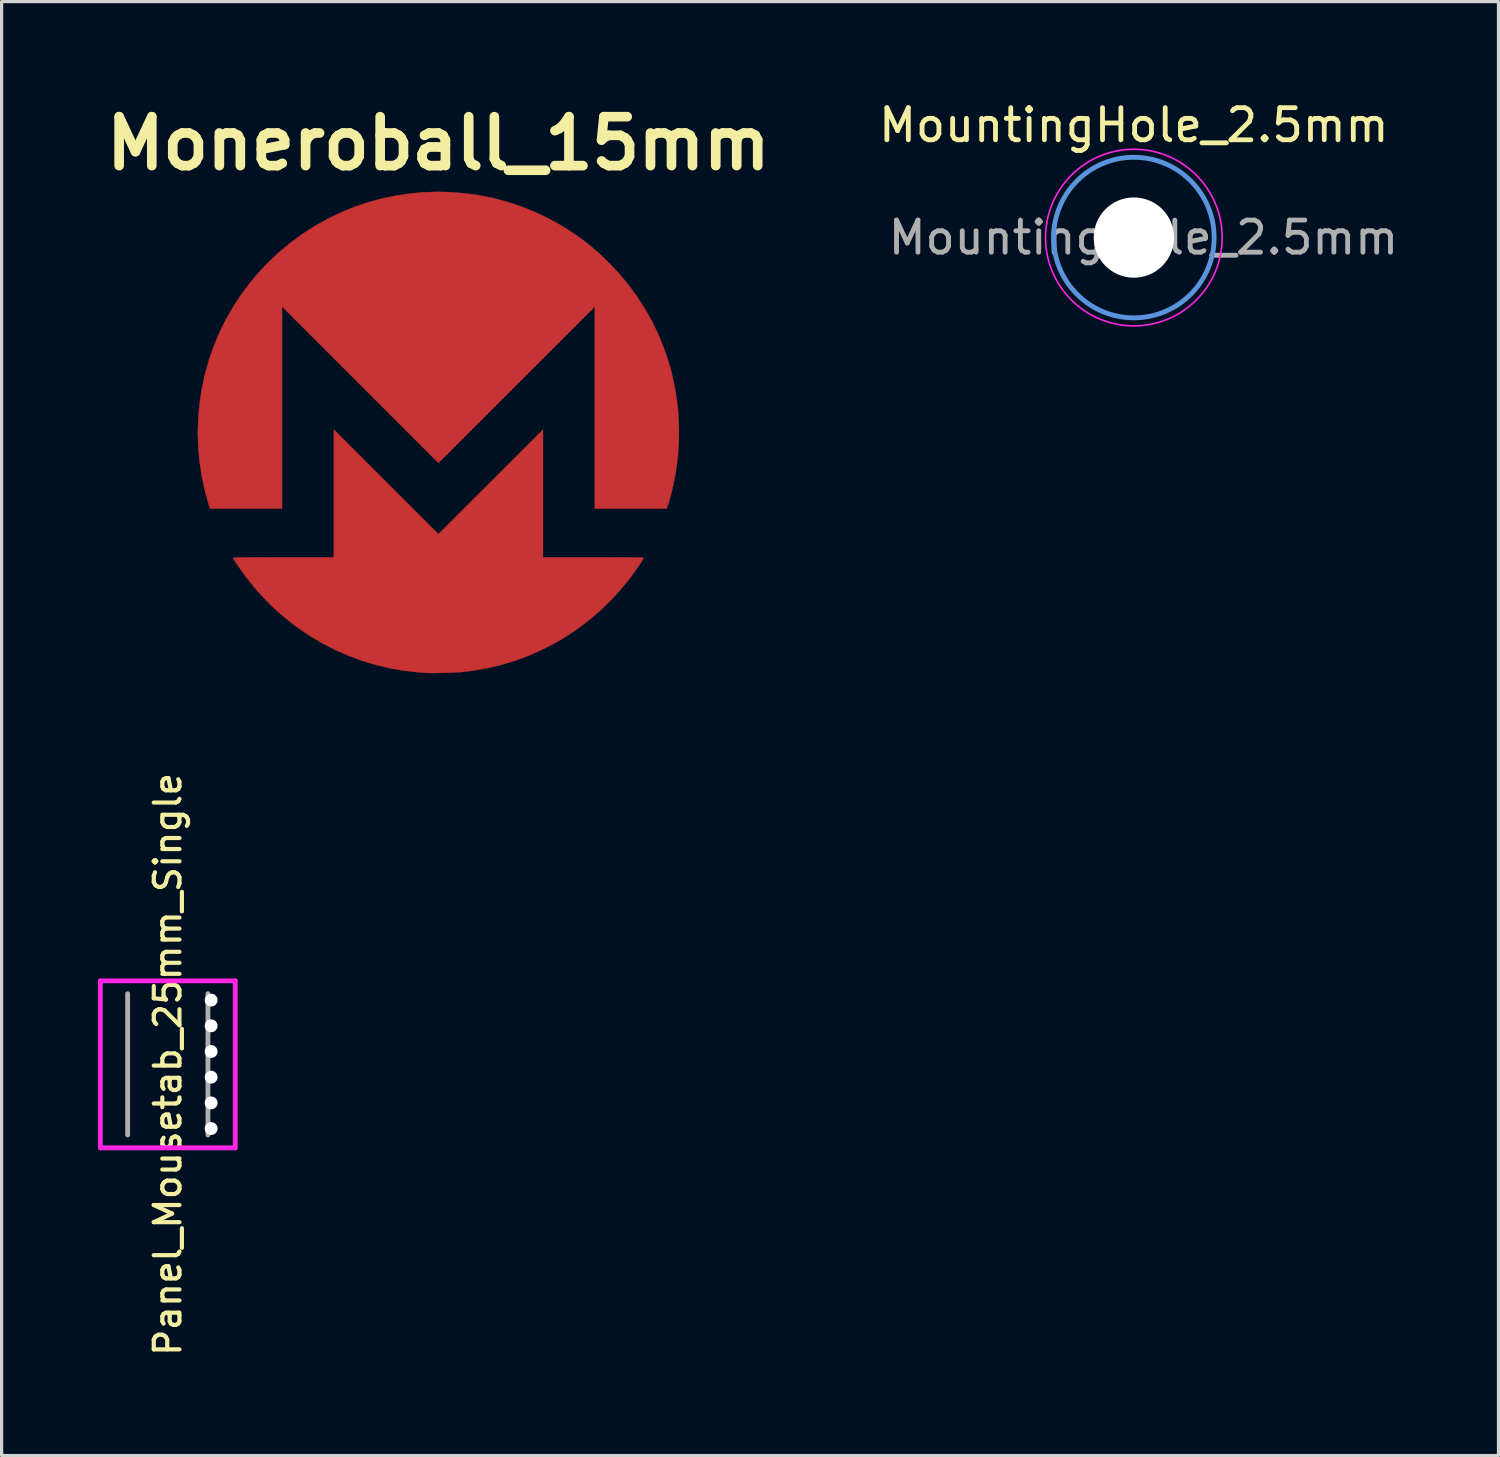
<source format=kicad_pcb>
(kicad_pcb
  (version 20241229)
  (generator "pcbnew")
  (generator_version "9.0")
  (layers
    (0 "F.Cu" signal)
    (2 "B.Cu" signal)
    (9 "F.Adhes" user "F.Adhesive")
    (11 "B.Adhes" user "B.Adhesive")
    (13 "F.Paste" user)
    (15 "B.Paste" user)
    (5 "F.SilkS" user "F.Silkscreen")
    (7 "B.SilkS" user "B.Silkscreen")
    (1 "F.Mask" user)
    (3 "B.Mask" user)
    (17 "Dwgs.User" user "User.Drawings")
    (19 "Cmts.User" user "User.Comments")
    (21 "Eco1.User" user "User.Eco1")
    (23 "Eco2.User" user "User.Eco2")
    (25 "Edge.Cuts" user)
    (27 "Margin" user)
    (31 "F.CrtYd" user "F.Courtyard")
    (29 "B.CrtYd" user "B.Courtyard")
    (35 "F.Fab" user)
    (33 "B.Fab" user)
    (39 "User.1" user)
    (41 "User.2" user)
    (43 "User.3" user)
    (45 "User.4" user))
  (footprint "Moneroball_15mm"
    (layer "F.Cu")
    (at 10.603 10.418)
    (property "Reference" "Moneroball_15mm" (at 0 -9 0) (layer "F.SilkS") (effects (font (size 1.524 1.524) (thickness 0.3))))
    (attr exclude_from_pos_files exclude_from_bom)
    (fp_poly (pts (xy 0.399 -7.483) (xy 0.838 -7.447) (xy 1.274 -7.385) (xy 1.707 -7.298) (xy 2.135 -7.185) (xy 2.557 -7.046) (xy 2.972 -6.881) (xy 3.378 -6.691) (xy 3.774 -6.475) (xy 3.845 -6.433) (xy 4.167 -6.229) (xy 4.47 -6.017) (xy 4.758 -5.791) (xy 5.038 -5.546) (xy 5.312 -5.284) (xy 5.626 -4.949) (xy 5.918 -4.598) (xy 6.187 -4.232) (xy 6.432 -3.851) (xy 6.653 -3.457) (xy 6.85 -3.05) (xy 7.021 -2.631) (xy 7.167 -2.2) (xy 7.247 -1.919) (xy 7.347 -1.484) (xy 7.421 -1.041) (xy 7.469 -0.593) (xy 7.49 -0.143) (xy 7.485 0.308) (xy 7.454 0.757) (xy 7.396 1.203) (xy 7.313 1.643) (xy 7.203 2.076) (xy 7.157 2.228) (xy 7.113 2.372) (xy 4.87 2.372) (xy 4.87 -3.922) (xy 2.435 -1.488) (xy 0 0.947) (xy -2.435 -1.488) (xy -4.87 -3.922) (xy -4.87 2.372) (xy -7.113 2.372) (xy -7.157 2.228) (xy -7.278 1.792) (xy -7.372 1.35) (xy -7.439 0.903) (xy -7.479 0.452) (xy -7.492 -0.001) (xy -7.478 -0.455) (xy -7.437 -0.908) (xy -7.368 -1.359) (xy -7.273 -1.806) (xy -7.267 -1.831) (xy -7.144 -2.267) (xy -6.995 -2.692) (xy -6.822 -3.106) (xy -6.624 -3.508) (xy -6.402 -3.897) (xy -6.158 -4.272) (xy -5.891 -4.631) (xy -5.604 -4.975) (xy -5.295 -5.302) (xy -4.967 -5.61) (xy -4.619 -5.9) (xy -4.253 -6.17) (xy -3.87 -6.418) (xy -3.845 -6.433) (xy -3.451 -6.654) (xy -3.047 -6.848) (xy -2.634 -7.018) (xy -2.214 -7.161) (xy -1.787 -7.279) (xy -1.355 -7.371) (xy -0.919 -7.438) (xy -0.481 -7.479) (xy -0.041 -7.494) (xy 0.399 -7.483)) (stroke (width 0.01) (type solid)) (fill yes) (layer "F.Cu"))
    (fp_poly (pts (xy 3.256 3.887) (xy 4.829 3.887) (xy 5.075 3.887) (xy 5.294 3.887) (xy 5.488 3.888) (xy 5.658 3.888) (xy 5.807 3.888) (xy 5.934 3.889) (xy 6.042 3.89) (xy 6.133 3.891) (xy 6.207 3.892) (xy 6.267 3.893) (xy 6.313 3.895) (xy 6.347 3.897) (xy 6.371 3.899) (xy 6.385 3.902) (xy 6.393 3.905) (xy 6.394 3.908) (xy 6.394 3.908) (xy 6.384 3.927) (xy 6.361 3.964) (xy 6.328 4.015) (xy 6.289 4.077) (xy 6.265 4.113) (xy 6.004 4.484) (xy 5.72 4.839) (xy 5.415 5.177) (xy 5.091 5.496) (xy 4.747 5.796) (xy 4.387 6.074) (xy 4.01 6.331) (xy 3.748 6.49) (xy 3.639 6.551) (xy 3.512 6.618) (xy 3.373 6.689) (xy 3.228 6.76) (xy 3.084 6.829) (xy 2.947 6.891) (xy 2.825 6.943) (xy 2.769 6.966) (xy 2.363 7.113) (xy 1.95 7.237) (xy 1.529 7.336) (xy 1.094 7.413) (xy 0.73 7.459) (xy 0.669 7.465) (xy 0.586 7.469) (xy 0.486 7.474) (xy 0.375 7.478) (xy 0.255 7.482) (xy 0.133 7.485) (xy 0.012 7.487) (xy -0.102 7.489) (xy -0.206 7.49) (xy -0.294 7.489) (xy -0.361 7.487) (xy -0.393 7.486) (xy -0.431 7.482) (xy -0.489 7.478) (xy -0.561 7.472) (xy -0.637 7.466) (xy -0.646 7.465) (xy -1.084 7.416) (xy -1.52 7.339) (xy -1.952 7.236) (xy -2.378 7.107) (xy -2.796 6.952) (xy -3.205 6.774) (xy -3.602 6.571) (xy -3.986 6.346) (xy -4.354 6.098) (xy -4.489 5.999) (xy -4.817 5.738) (xy -5.123 5.468) (xy -5.41 5.185) (xy -5.682 4.883) (xy -5.945 4.56) (xy -5.999 4.489) (xy -6.048 4.423) (xy -6.102 4.348) (xy -6.158 4.268) (xy -6.214 4.188) (xy -6.267 4.11) (xy -6.314 4.04) (xy -6.352 3.98) (xy -6.38 3.935) (xy -6.394 3.908) (xy -6.394 3.908) (xy -6.393 3.905) (xy -6.386 3.902) (xy -6.371 3.899) (xy -6.348 3.897) (xy -6.314 3.895) (xy -6.269 3.893) (xy -6.21 3.892) (xy -6.137 3.891) (xy -6.047 3.89) (xy -5.94 3.889) (xy -5.813 3.888) (xy -5.666 3.888) (xy -5.497 3.888) (xy -5.304 3.887) (xy -5.086 3.887) (xy -4.841 3.887) (xy -3.256 3.887) (xy -3.256 -0.091) (xy 0 3.164) (xy 1.628 1.537) (xy 3.256 -0.091) (xy 3.256 3.887)) (stroke (width 0.01) (type solid)) (fill yes) (layer "F.Cu"))
    (fp_poly (pts (xy 0.399 -7.483) (xy 0.838 -7.447) (xy 1.274 -7.385) (xy 1.707 -7.298) (xy 2.135 -7.185) (xy 2.557 -7.046) (xy 2.972 -6.881) (xy 3.378 -6.691) (xy 3.774 -6.475) (xy 3.845 -6.433) (xy 4.167 -6.229) (xy 4.47 -6.017) (xy 4.758 -5.791) (xy 5.038 -5.546) (xy 5.312 -5.284) (xy 5.626 -4.949) (xy 5.918 -4.598) (xy 6.187 -4.232) (xy 6.432 -3.851) (xy 6.653 -3.457) (xy 6.85 -3.05) (xy 7.021 -2.631) (xy 7.167 -2.2) (xy 7.247 -1.919) (xy 7.347 -1.484) (xy 7.421 -1.041) (xy 7.469 -0.593) (xy 7.49 -0.143) (xy 7.485 0.308) (xy 7.454 0.757) (xy 7.396 1.203) (xy 7.313 1.643) (xy 7.203 2.076) (xy 7.157 2.228) (xy 7.113 2.372) (xy 4.87 2.372) (xy 4.87 -3.922) (xy 2.435 -1.488) (xy 0 0.947) (xy -2.435 -1.488) (xy -4.87 -3.922) (xy -4.87 2.372) (xy -7.113 2.372) (xy -7.157 2.228) (xy -7.278 1.792) (xy -7.372 1.35) (xy -7.439 0.903) (xy -7.479 0.452) (xy -7.492 -0.001) (xy -7.478 -0.455) (xy -7.437 -0.908) (xy -7.368 -1.359) (xy -7.273 -1.806) (xy -7.267 -1.831) (xy -7.144 -2.267) (xy -6.995 -2.692) (xy -6.822 -3.106) (xy -6.624 -3.508) (xy -6.402 -3.897) (xy -6.158 -4.272) (xy -5.891 -4.631) (xy -5.604 -4.975) (xy -5.295 -5.302) (xy -4.967 -5.61) (xy -4.619 -5.9) (xy -4.253 -6.17) (xy -3.87 -6.418) (xy -3.845 -6.433) (xy -3.451 -6.654) (xy -3.047 -6.848) (xy -2.634 -7.018) (xy -2.214 -7.161) (xy -1.787 -7.279) (xy -1.355 -7.371) (xy -0.919 -7.438) (xy -0.481 -7.479) (xy -0.041 -7.494) (xy 0.399 -7.483)) (stroke (width 0.01) (type solid)) (fill yes) (layer "F.Mask"))
    (fp_poly (pts (xy 3.256 3.887) (xy 4.829 3.887) (xy 5.075 3.887) (xy 5.294 3.887) (xy 5.488 3.888) (xy 5.658 3.888) (xy 5.807 3.888) (xy 5.934 3.889) (xy 6.042 3.89) (xy 6.133 3.891) (xy 6.207 3.892) (xy 6.267 3.893) (xy 6.313 3.895) (xy 6.347 3.897) (xy 6.371 3.899) (xy 6.385 3.902) (xy 6.393 3.905) (xy 6.394 3.908) (xy 6.394 3.908) (xy 6.384 3.927) (xy 6.361 3.964) (xy 6.328 4.015) (xy 6.289 4.077) (xy 6.265 4.113) (xy 6.004 4.484) (xy 5.72 4.839) (xy 5.415 5.177) (xy 5.091 5.496) (xy 4.747 5.796) (xy 4.387 6.074) (xy 4.01 6.331) (xy 3.748 6.49) (xy 3.639 6.551) (xy 3.512 6.618) (xy 3.373 6.689) (xy 3.228 6.76) (xy 3.084 6.829) (xy 2.947 6.891) (xy 2.825 6.943) (xy 2.769 6.966) (xy 2.363 7.113) (xy 1.95 7.237) (xy 1.529 7.336) (xy 1.094 7.413) (xy 0.73 7.459) (xy 0.669 7.465) (xy 0.586 7.469) (xy 0.486 7.474) (xy 0.375 7.478) (xy 0.255 7.482) (xy 0.133 7.485) (xy 0.012 7.487) (xy -0.102 7.489) (xy -0.206 7.49) (xy -0.294 7.489) (xy -0.361 7.487) (xy -0.393 7.486) (xy -0.431 7.482) (xy -0.489 7.478) (xy -0.561 7.472) (xy -0.637 7.466) (xy -0.646 7.465) (xy -1.084 7.416) (xy -1.52 7.339) (xy -1.952 7.236) (xy -2.378 7.107) (xy -2.796 6.952) (xy -3.205 6.774) (xy -3.602 6.571) (xy -3.986 6.346) (xy -4.354 6.098) (xy -4.489 5.999) (xy -4.817 5.738) (xy -5.123 5.468) (xy -5.41 5.185) (xy -5.682 4.883) (xy -5.945 4.56) (xy -5.999 4.489) (xy -6.048 4.423) (xy -6.102 4.348) (xy -6.158 4.268) (xy -6.214 4.188) (xy -6.267 4.11) (xy -6.314 4.04) (xy -6.352 3.98) (xy -6.38 3.935) (xy -6.394 3.908) (xy -6.394 3.908) (xy -6.393 3.905) (xy -6.386 3.902) (xy -6.371 3.899) (xy -6.348 3.897) (xy -6.314 3.895) (xy -6.269 3.893) (xy -6.21 3.892) (xy -6.137 3.891) (xy -6.047 3.89) (xy -5.94 3.889) (xy -5.813 3.888) (xy -5.666 3.888) (xy -5.497 3.888) (xy -5.304 3.887) (xy -5.086 3.887) (xy -4.841 3.887) (xy -3.256 3.887) (xy -3.256 -0.091) (xy 0 3.164) (xy 1.628 1.537) (xy 3.256 -0.091) (xy 3.256 3.887)) (stroke (width 0.01) (type solid)) (fill yes) (layer "F.Mask")))
  (footprint "MountingHole_2.5mm"
    (layer "F.Cu")
    (at 32.259 4.348)
    (property "Reference" "MountingHole_2.5mm" (at 0 -3.5 0) (layer "F.SilkS") (effects (font (size 1 1) (thickness 0.15))))
    (attr exclude_from_pos_files exclude_from_bom)
    (fp_circle (center 0 0) (end 2.5 0) (stroke (width 0.15) (type solid)) (fill no) (layer "Cmts.User"))
    (fp_circle (center 0 0) (end 2.75 0) (stroke (width 0.05) (type solid)) (fill no) (layer "F.CrtYd"))
    (fp_text user "${REFERENCE}" (at 0.3 0 0) (layer "F.Fab") (effects (font (size 1 1) (thickness 0.15))))
    (pad "" np_thru_hole circle (at 0 0) (size 2.5 2.5) (drill 2.5) (layers "*.Cu" "*.Paste" "*.Mask")))
  (footprint "Panel_Mousetab_25mm_Single"
    (layer "F.Cu")
    (at 2.175 30.094)
    (property "Reference" "Panel_Mousetab_25mm_Single" (at 0 0 90) (layer "F.SilkS") (effects (font (size 0.8 0.8) (thickness 0.13))))
    (attr through_hole)
    (fp_line (start -2.1 -2.6) (end 2.1 -2.6) (stroke (width 0.15) (type solid)) (layer "F.CrtYd"))
    (fp_line (start -2.1 2.6) (end -2.1 -2.6) (stroke (width 0.15) (type solid)) (layer "F.CrtYd"))
    (fp_line (start 2.1 -2.6) (end 2.1 2.6) (stroke (width 0.15) (type solid)) (layer "F.CrtYd"))
    (fp_line (start 2.1 2.6) (end -2.1 2.6) (stroke (width 0.15) (type solid)) (layer "F.CrtYd"))
    (fp_line (start -1.25 -2.2) (end -1.25 2.2) (stroke (width 0.15) (type solid)) (layer "F.Fab"))
    (fp_line (start 1.25 -2.2) (end 1.25 2.2) (stroke (width 0.15) (type solid)) (layer "F.Fab"))
    (pad "" np_thru_hole circle (at 1.35 -2) (size 0.4 0.4) (drill 0.4) (layers "*.Cu"))
    (pad "" np_thru_hole circle (at 1.35 -1.2) (size 0.4 0.4) (drill 0.4) (layers "*.Cu"))
    (pad "" np_thru_hole circle (at 1.35 -0.4) (size 0.4 0.4) (drill 0.4) (layers "*.Cu"))
    (pad "" np_thru_hole circle (at 1.35 0.4) (size 0.4 0.4) (drill 0.4) (layers "*.Cu"))
    (pad "" np_thru_hole circle (at 1.35 1.2) (size 0.4 0.4) (drill 0.4) (layers "*.Cu"))
    (pad "" np_thru_hole circle (at 1.35 2) (size 0.4 0.4) (drill 0.4) (layers "*.Cu")))
  (gr_rect
    (start -3 -3)
    (end 43.613 42.276)
    (stroke (width 0.1) (type default))
    (fill no)
    (layer "Edge.Cuts")))
</source>
